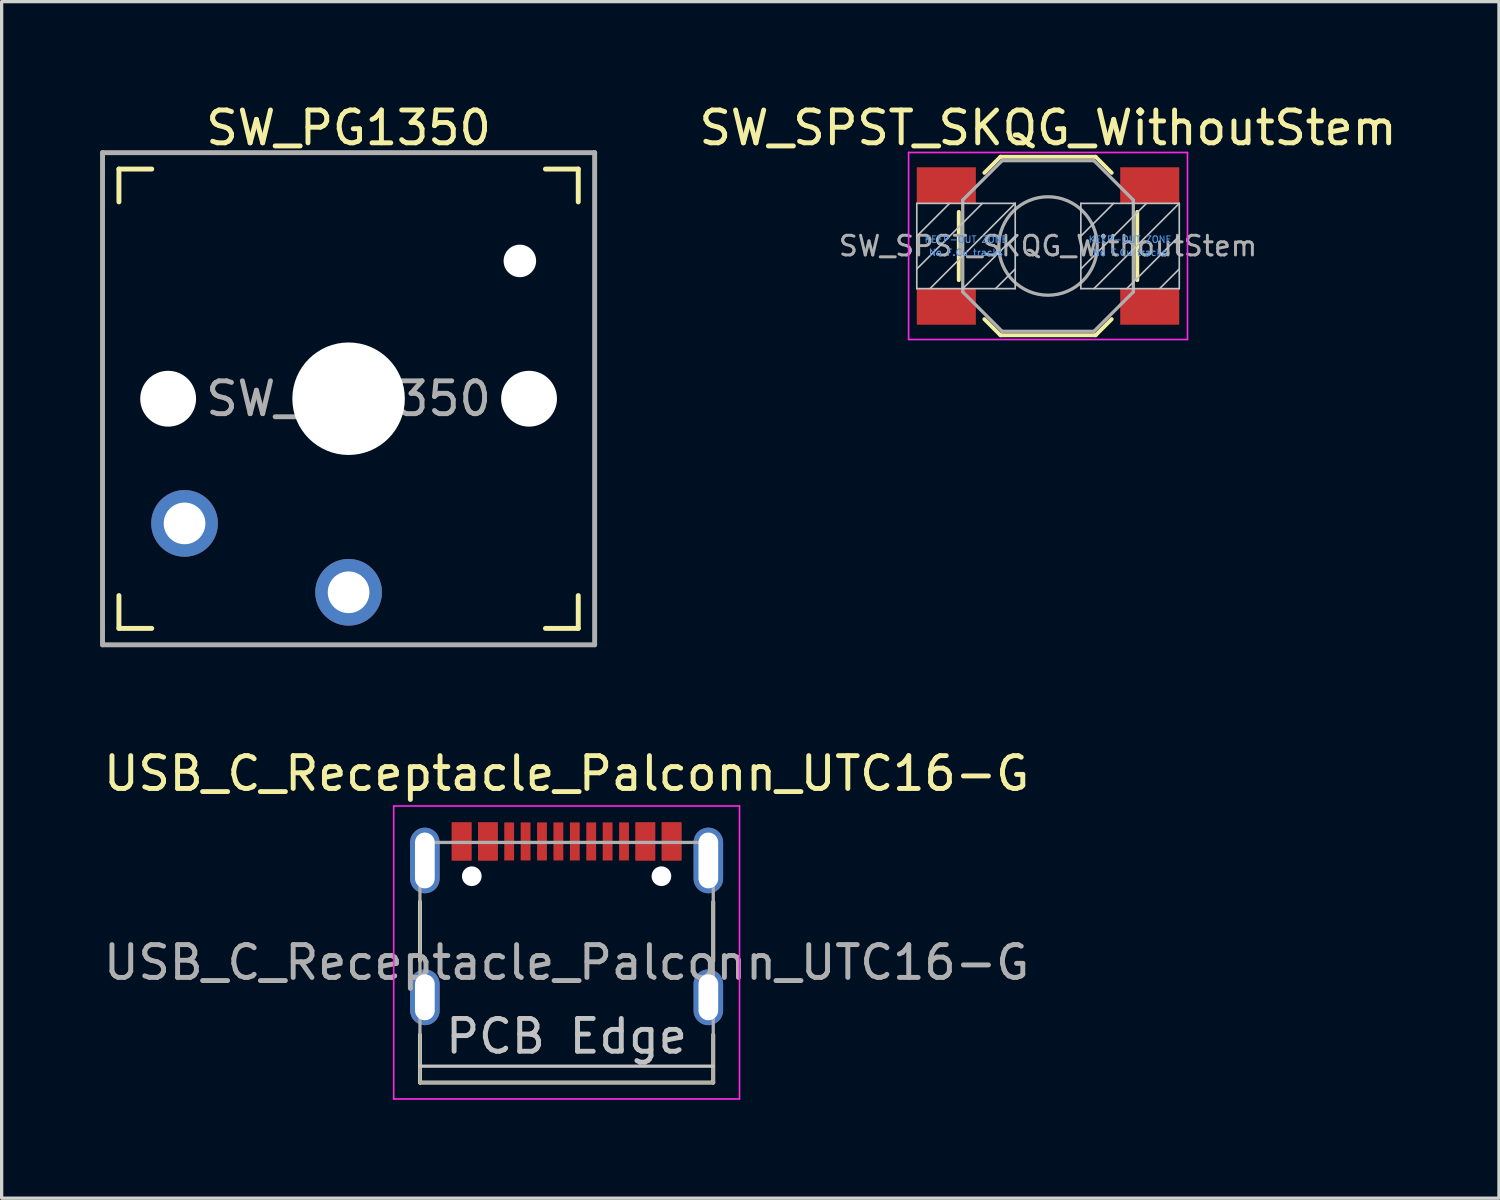
<source format=kicad_pcb>
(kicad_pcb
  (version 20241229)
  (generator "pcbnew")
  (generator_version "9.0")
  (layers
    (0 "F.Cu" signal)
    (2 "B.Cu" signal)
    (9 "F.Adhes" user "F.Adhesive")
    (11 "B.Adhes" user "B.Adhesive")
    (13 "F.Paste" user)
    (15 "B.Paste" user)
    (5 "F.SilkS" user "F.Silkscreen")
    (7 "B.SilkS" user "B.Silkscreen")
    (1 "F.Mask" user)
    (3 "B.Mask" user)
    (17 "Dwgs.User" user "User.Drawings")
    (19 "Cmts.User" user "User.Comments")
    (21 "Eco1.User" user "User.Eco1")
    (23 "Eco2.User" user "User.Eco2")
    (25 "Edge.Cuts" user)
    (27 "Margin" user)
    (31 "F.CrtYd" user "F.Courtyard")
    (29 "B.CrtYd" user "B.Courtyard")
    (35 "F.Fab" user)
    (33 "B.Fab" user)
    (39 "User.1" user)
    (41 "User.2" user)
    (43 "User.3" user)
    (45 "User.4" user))
  (footprint "SW_SPST_SKQG_WithoutStem"
    (layer "F.Cu")
    (at 28.894 4.448)
    (property "Reference" "SW_SPST_SKQG_WithoutStem" (at 0 -3.6 0) (layer "F.SilkS") (effects (font (size 1 1) (thickness 0.15))))
    (attr smd)
    (fp_line (start -2.72 1.04) (end -2.72 -1.04) (stroke (width 0.12) (type solid)) (layer "F.SilkS"))
    (fp_line (start -1.45 -2.72) (end -1.94 -2.23) (stroke (width 0.12) (type solid)) (layer "F.SilkS"))
    (fp_line (start -1.45 -2.72) (end 1.45 -2.72) (stroke (width 0.12) (type solid)) (layer "F.SilkS"))
    (fp_line (start -1.45 2.72) (end -1.94 2.23) (stroke (width 0.12) (type solid)) (layer "F.SilkS"))
    (fp_line (start -1.45 2.72) (end 1.45 2.72) (stroke (width 0.12) (type solid)) (layer "F.SilkS"))
    (fp_line (start 1.45 -2.72) (end 1.94 -2.23) (stroke (width 0.12) (type solid)) (layer "F.SilkS"))
    (fp_line (start 1.45 2.72) (end 1.94 2.23) (stroke (width 0.12) (type solid)) (layer "F.SilkS"))
    (fp_line (start 2.72 1.04) (end 2.72 -1.04) (stroke (width 0.12) (type solid)) (layer "F.SilkS"))
    (fp_line (start -4 -1.3) (end -1 -1.3) (stroke (width 0.05) (type solid)) (layer "Dwgs.User"))
    (fp_line (start -4 -0.3) (end -3 -1.3) (stroke (width 0.05) (type solid)) (layer "Dwgs.User"))
    (fp_line (start -4 0.7) (end -2 -1.3) (stroke (width 0.05) (type solid)) (layer "Dwgs.User"))
    (fp_line (start -4 1.3) (end -4 -1.3) (stroke (width 0.05) (type solid)) (layer "Dwgs.User"))
    (fp_line (start -2.6 1.3) (end -1 -0.3) (stroke (width 0.05) (type solid)) (layer "Dwgs.User"))
    (fp_line (start -1 -1.3) (end -3.6 1.3) (stroke (width 0.05) (type solid)) (layer "Dwgs.User"))
    (fp_line (start -1 -1.3) (end -1 1.3) (stroke (width 0.05) (type solid)) (layer "Dwgs.User"))
    (fp_line (start -1 0.7) (end -1.6 1.3) (stroke (width 0.05) (type solid)) (layer "Dwgs.User"))
    (fp_line (start -1 1.3) (end -4 1.3) (stroke (width 0.05) (type solid)) (layer "Dwgs.User"))
    (fp_line (start 1 -1.3) (end 4 -1.3) (stroke (width 0.05) (type solid)) (layer "Dwgs.User"))
    (fp_line (start 1 -0.3) (end 2 -1.3) (stroke (width 0.05) (type solid)) (layer "Dwgs.User"))
    (fp_line (start 1 0.7) (end 3 -1.3) (stroke (width 0.05) (type solid)) (layer "Dwgs.User"))
    (fp_line (start 1 1.3) (end 1 -1.3) (stroke (width 0.05) (type solid)) (layer "Dwgs.User"))
    (fp_line (start 2.4 1.3) (end 4 -0.3) (stroke (width 0.05) (type solid)) (layer "Dwgs.User"))
    (fp_line (start 4 -1.3) (end 1.4 1.3) (stroke (width 0.05) (type solid)) (layer "Dwgs.User"))
    (fp_line (start 4 -1.3) (end 4 1.3) (stroke (width 0.05) (type solid)) (layer "Dwgs.User"))
    (fp_line (start 4 0.7) (end 3.4 1.3) (stroke (width 0.05) (type solid)) (layer "Dwgs.User"))
    (fp_line (start 4 1.3) (end 1 1.3) (stroke (width 0.05) (type solid)) (layer "Dwgs.User"))
    (fp_line (start -4.25 -2.85) (end -4.25 2.85) (stroke (width 0.05) (type solid)) (layer "F.CrtYd"))
    (fp_line (start -4.25 2.85) (end 4.25 2.85) (stroke (width 0.05) (type solid)) (layer "F.CrtYd"))
    (fp_line (start 4.25 -2.85) (end -4.25 -2.85) (stroke (width 0.05) (type solid)) (layer "F.CrtYd"))
    (fp_line (start 4.25 2.85) (end 4.25 -2.85) (stroke (width 0.05) (type solid)) (layer "F.CrtYd"))
    (fp_line (start -2.6 -1.4) (end -1.4 -2.6) (stroke (width 0.1) (type solid)) (layer "F.Fab"))
    (fp_line (start -2.6 1.4) (end -2.6 -1.4) (stroke (width 0.1) (type solid)) (layer "F.Fab"))
    (fp_line (start -1.4 -2.6) (end 1.4 -2.6) (stroke (width 0.1) (type solid)) (layer "F.Fab"))
    (fp_line (start -1.4 2.6) (end -2.6 1.4) (stroke (width 0.1) (type solid)) (layer "F.Fab"))
    (fp_line (start 1.4 -2.6) (end 2.6 -1.4) (stroke (width 0.1) (type solid)) (layer "F.Fab"))
    (fp_line (start 1.4 2.6) (end -1.4 2.6) (stroke (width 0.1) (type solid)) (layer "F.Fab"))
    (fp_line (start 2.6 -1.4) (end 2.6 1.4) (stroke (width 0.1) (type solid)) (layer "F.Fab"))
    (fp_line (start 2.6 1.4) (end 1.4 2.6) (stroke (width 0.1) (type solid)) (layer "F.Fab"))
    (fp_circle (center 0 0) (end 1.5 0) (stroke (width 0.1) (type solid)) (fill no) (layer "F.Fab"))
    (fp_text user "No F.Cu tracks" (at -2.5 0.2 0) (layer "Cmts.User") (effects (font (size 0.2 0.2) (thickness 0.03))))
    (fp_text user "KEEP-OUT ZONE" (at -2.5 -0.2 0) (layer "Cmts.User") (effects (font (size 0.2 0.2) (thickness 0.03))))
    (fp_text user "KEEP-OUT ZONE" (at 2.5 -0.2 0) (layer "Cmts.User") (effects (font (size 0.2 0.2) (thickness 0.03))))
    (fp_text user "No F.Cu tracks" (at 2.5 0.2 0) (layer "Cmts.User") (effects (font (size 0.2 0.2) (thickness 0.03))))
    (fp_text user "${REFERENCE}" (at 0 0 0) (layer "F.Fab") (effects (font (size 0.6 0.6) (thickness 0.09))))
    (pad "1" smd rect (at -3.1 -1.85) (size 1.8 1.1) (layers "F.Cu" "F.Mask" "F.Paste"))
    (pad "1" smd rect (at 3.1 -1.85) (size 1.8 1.1) (layers "F.Cu" "F.Mask" "F.Paste"))
    (pad "2" smd rect (at -3.1 1.85) (size 1.8 1.1) (layers "F.Cu" "F.Mask" "F.Paste"))
    (pad "2" smd rect (at 3.1 1.85) (size 1.8 1.1) (layers "F.Cu" "F.Mask" "F.Paste")))
  (footprint "USB_C_Receptacle_Palconn_UTC16-G"
    (layer "F.Cu")
    (at 14.22 25.107)
    (property "Reference" "USB_C_Receptacle_Palconn_UTC16-G" (at 0 -4.58 0) (layer "F.SilkS") (effects (font (size 1 1) (thickness 0.15))))
    (attr smd)
    (fp_line (start -4.47 -0.67) (end -4.47 1.13) (stroke (width 0.12) (type solid)) (layer "F.SilkS"))
    (fp_line (start -4.47 4.84) (end -4.47 3.38) (stroke (width 0.12) (type solid)) (layer "F.SilkS"))
    (fp_line (start 4.47 -0.67) (end 4.47 1.13) (stroke (width 0.12) (type solid)) (layer "F.SilkS"))
    (fp_line (start 4.47 4.84) (end -4.47 4.84) (stroke (width 0.12) (type solid)) (layer "F.SilkS"))
    (fp_line (start 4.47 4.84) (end 4.47 3.38) (stroke (width 0.12) (type solid)) (layer "F.SilkS"))
    (fp_line (start -4.47 4.34) (end 4.47 4.34) (stroke (width 0.1) (type solid)) (layer "Dwgs.User"))
    (fp_line (start -5.27 -3.59) (end -5.27 5.34) (stroke (width 0.05) (type solid)) (layer "F.CrtYd"))
    (fp_line (start -5.27 5.34) (end 5.27 5.34) (stroke (width 0.05) (type solid)) (layer "F.CrtYd"))
    (fp_line (start 5.27 -3.59) (end -5.27 -3.59) (stroke (width 0.05) (type solid)) (layer "F.CrtYd"))
    (fp_line (start 5.27 5.34) (end 5.27 -3.59) (stroke (width 0.05) (type solid)) (layer "F.CrtYd"))
    (fp_line (start -4.47 -2.48) (end -4.47 4.84) (stroke (width 0.1) (type solid)) (layer "F.Fab"))
    (fp_line (start -4.47 -2.48) (end 4.47 -2.48) (stroke (width 0.1) (type solid)) (layer "F.Fab"))
    (fp_line (start 4.47 -2.48) (end 4.47 4.84) (stroke (width 0.1) (type solid)) (layer "F.Fab"))
    (fp_line (start 4.47 4.84) (end -4.47 4.84) (stroke (width 0.1) (type solid)) (layer "F.Fab"))
    (fp_text user "PCB Edge" (at 0 3.43 0) (layer "Dwgs.User") (effects (font (size 1 1) (thickness 0.15))))
    (fp_text user "${REFERENCE}" (at 0 1.18 0) (layer "F.Fab") (effects (font (size 1 1) (thickness 0.15))))
    (pad "" np_thru_hole circle (at -2.89 -1.45 180) (size 0.6 0.6) (drill 0.6) (layers "*.Cu" "*.Mask"))
    (pad "" np_thru_hole circle (at 2.89 -1.45 180) (size 0.6 0.6) (drill 0.6) (layers "*.Cu" "*.Mask"))
    (pad "A1" smd rect (at -3.2 -2.51) (size 0.6 1.16) (layers "F.Cu" "F.Mask" "F.Paste"))
    (pad "A4" smd rect (at -2.4 -2.51) (size 0.6 1.16) (layers "F.Cu" "F.Mask" "F.Paste"))
    (pad "A5" smd rect (at -1.25 -2.51 180) (size 0.3 1.16) (layers "F.Cu" "F.Mask" "F.Paste"))
    (pad "A6" smd rect (at -0.25 -2.51 180) (size 0.3 1.16) (layers "F.Cu" "F.Mask" "F.Paste"))
    (pad "A7" smd rect (at 0.25 -2.51 180) (size 0.3 1.16) (layers "F.Cu" "F.Mask" "F.Paste"))
    (pad "A8" smd rect (at 1.25 -2.51 180) (size 0.3 1.16) (layers "F.Cu" "F.Mask" "F.Paste"))
    (pad "A9" smd rect (at 2.4 -2.51) (size 0.6 1.16) (layers "F.Cu" "F.Mask" "F.Paste"))
    (pad "A12" smd rect (at 3.2 -2.51) (size 0.6 1.16) (layers "F.Cu" "F.Mask" "F.Paste"))
    (pad "B1" smd rect (at 3.2 -2.51) (size 0.6 1.16) (layers "F.Cu" "F.Mask" "F.Paste"))
    (pad "B4" smd rect (at 2.4 -2.51) (size 0.6 1.16) (layers "F.Cu" "F.Mask" "F.Paste"))
    (pad "B5" smd rect (at 1.75 -2.51 180) (size 0.3 1.16) (layers "F.Cu" "F.Mask" "F.Paste"))
    (pad "B6" smd rect (at 0.75 -2.51 180) (size 0.3 1.16) (layers "F.Cu" "F.Mask" "F.Paste"))
    (pad "B7" smd rect (at -0.75 -2.51 180) (size 0.3 1.16) (layers "F.Cu" "F.Mask" "F.Paste"))
    (pad "B8" smd rect (at -1.75 -2.51 180) (size 0.3 1.16) (layers "F.Cu" "F.Mask" "F.Paste"))
    (pad "B9" smd rect (at -2.4 -2.51) (size 0.6 1.16) (layers "F.Cu" "F.Mask" "F.Paste"))
    (pad "B12" smd rect (at -3.2 -2.51) (size 0.6 1.16) (layers "F.Cu" "F.Mask" "F.Paste"))
    (pad "S1" thru_hole oval (at -4.32 -1.93 90) (size 2 0.9) (drill oval 1.7 0.6) (layers "*.Cu" "*.Mask"))
    (pad "S1" thru_hole oval (at -4.32 2.24 90) (size 1.7 0.9) (drill oval 1.4 0.6) (layers "*.Cu" "*.Mask"))
    (pad "S1" thru_hole oval (at 4.32 -1.93 90) (size 2 0.9) (drill oval 1.7 0.6) (layers "*.Cu" "*.Mask"))
    (pad "S1" thru_hole oval (at 4.32 2.24 90) (size 1.7 0.9) (drill oval 1.4 0.6) (layers "*.Cu" "*.Mask")))
  (footprint "SW_PG1350"
    (layer "F.Cu")
    (at 7.575 9.103)
    (property "Reference" "SW_PG1350" (at 0 -8.255 0) (layer "F.SilkS") (effects (font (size 1 1) (thickness 0.15))))
    (attr through_hole)
    (fp_line (start -7 -6) (end -7 -7) (stroke (width 0.15) (type solid)) (layer "F.SilkS"))
    (fp_line (start -7 7) (end -7 6) (stroke (width 0.15) (type solid)) (layer "F.SilkS"))
    (fp_line (start -7 7) (end -6 7) (stroke (width 0.15) (type solid)) (layer "F.SilkS"))
    (fp_line (start -6 -7) (end -7 -7) (stroke (width 0.15) (type solid)) (layer "F.SilkS"))
    (fp_line (start 6 7) (end 7 7) (stroke (width 0.15) (type solid)) (layer "F.SilkS"))
    (fp_line (start 7 -7) (end 6 -7) (stroke (width 0.15) (type solid)) (layer "F.SilkS"))
    (fp_line (start 7 -7) (end 7 -6) (stroke (width 0.15) (type solid)) (layer "F.SilkS"))
    (fp_line (start 7 6) (end 7 7) (stroke (width 0.15) (type solid)) (layer "F.SilkS"))
    (fp_line (start -6.9 6.9) (end -6.9 -6.9) (stroke (width 0.15) (type solid)) (layer "Eco2.User"))
    (fp_line (start -6.9 6.9) (end 6.9 6.9) (stroke (width 0.15) (type solid)) (layer "Eco2.User"))
    (fp_line (start -2.6 -3.1) (end -2.6 -6.3) (stroke (width 0.15) (type solid)) (layer "Eco2.User"))
    (fp_line (start -2.6 -3.1) (end 2.6 -3.1) (stroke (width 0.15) (type solid)) (layer "Eco2.User"))
    (fp_line (start 2.6 -6.3) (end -2.6 -6.3) (stroke (width 0.15) (type solid)) (layer "Eco2.User"))
    (fp_line (start 2.6 -3.1) (end 2.6 -6.3) (stroke (width 0.15) (type solid)) (layer "Eco2.User"))
    (fp_line (start 6.9 -6.9) (end -6.9 -6.9) (stroke (width 0.15) (type solid)) (layer "Eco2.User"))
    (fp_line (start 6.9 -6.9) (end 6.9 6.9) (stroke (width 0.15) (type solid)) (layer "Eco2.User"))
    (fp_line (start -7.5 -7.5) (end 7.5 -7.5) (stroke (width 0.15) (type solid)) (layer "F.Fab"))
    (fp_line (start -7.5 7.5) (end -7.5 -7.5) (stroke (width 0.15) (type solid)) (layer "F.Fab"))
    (fp_line (start 7.5 -7.5) (end 7.5 7.5) (stroke (width 0.15) (type solid)) (layer "F.Fab"))
    (fp_line (start 7.5 7.5) (end -7.5 7.5) (stroke (width 0.15) (type solid)) (layer "F.Fab"))
    (fp_text user "${REFERENCE}" (at 0 0 0) (layer "F.Fab") (effects (font (size 1 1) (thickness 0.15))))
    (pad "" np_thru_hole circle (at -5.5 0) (size 1.702 1.702) (drill 1.702) (layers "*.Cu" "*.Mask"))
    (pad "" np_thru_hole circle (at 0 0) (size 3.429 3.429) (drill 3.429) (layers "*.Cu" "*.Mask"))
    (pad "" np_thru_hole circle (at 5.22 -4.2) (size 0.991 0.991) (drill 0.991) (layers "*.Cu" "*.Mask"))
    (pad "" np_thru_hole circle (at 5.5 0) (size 1.702 1.702) (drill 1.702) (layers "*.Cu" "*.Mask"))
    (pad "1" thru_hole circle (at 0 5.9) (size 2.032 2.032) (drill 1.27) (layers "*.Cu" "*.Mask"))
    (pad "2" thru_hole circle (at -5 3.8) (size 2.032 2.032) (drill 1.27) (layers "*.Cu" "*.Mask")))
  (gr_rect
    (start -3 -3)
    (end 42.638 33.471)
    (stroke (width 0.1) (type default))
    (fill no)
    (layer "Edge.Cuts")))
</source>
